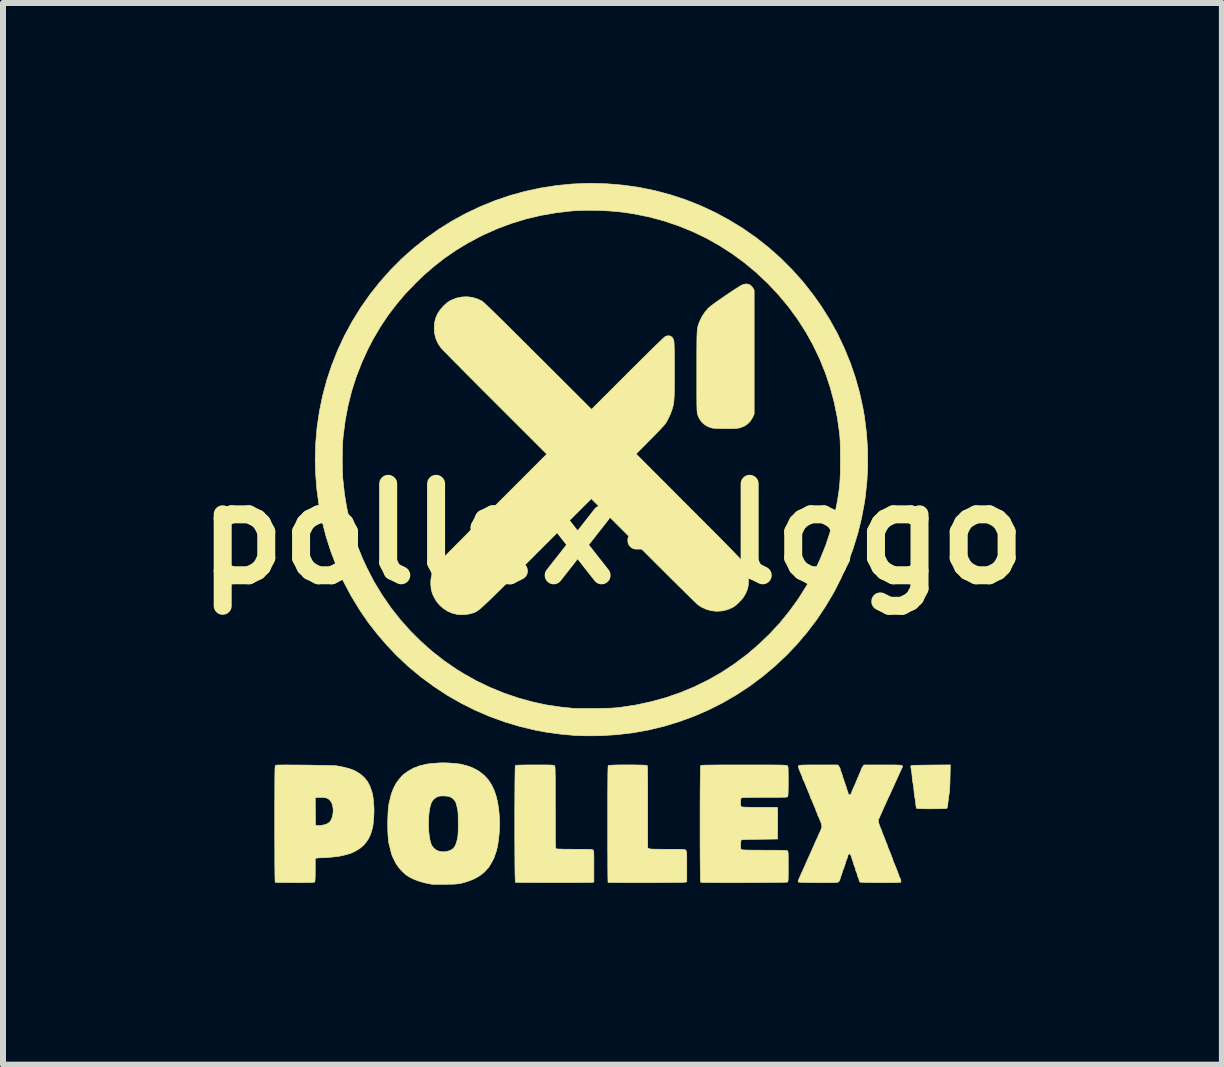
<source format=kicad_pcb>
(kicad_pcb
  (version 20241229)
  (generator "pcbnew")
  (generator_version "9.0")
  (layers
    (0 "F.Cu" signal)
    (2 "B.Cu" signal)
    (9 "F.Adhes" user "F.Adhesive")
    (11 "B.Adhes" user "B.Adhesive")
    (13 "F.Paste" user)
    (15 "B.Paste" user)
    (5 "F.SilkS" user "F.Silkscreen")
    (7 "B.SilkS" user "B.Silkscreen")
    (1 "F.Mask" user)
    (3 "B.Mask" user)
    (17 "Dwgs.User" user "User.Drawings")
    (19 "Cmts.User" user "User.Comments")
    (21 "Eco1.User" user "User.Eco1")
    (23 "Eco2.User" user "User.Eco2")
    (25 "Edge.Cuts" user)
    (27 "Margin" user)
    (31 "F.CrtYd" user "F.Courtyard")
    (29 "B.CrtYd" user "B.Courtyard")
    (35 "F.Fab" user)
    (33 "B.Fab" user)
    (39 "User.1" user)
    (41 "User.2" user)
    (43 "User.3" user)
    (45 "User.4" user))
  (footprint "pollex-logo"
    (layer "F.Cu")
    (at 7.156 5.847)
    (property "Reference" "pollex-logo" (at 0 0 0) (layer "F.SilkS") (effects (font (size 1.524 1.524) (thickness 0.3))))
    (attr through_hole)
    (fp_poly (pts (xy 5.625 4.066) (xy 5.624 4.125) (xy 5.622 4.18) (xy 5.619 4.23) (xy 5.617 4.271) (xy 5.614 4.302) (xy 5.612 4.318) (xy 5.608 4.339) (xy 5.603 4.372) (xy 5.598 4.413) (xy 5.593 4.456) (xy 5.592 4.46) (xy 5.586 4.511) (xy 5.581 4.547) (xy 5.575 4.568) (xy 5.571 4.573) (xy 5.561 4.575) (xy 5.536 4.576) (xy 5.5 4.577) (xy 5.455 4.579) (xy 5.401 4.579) (xy 5.342 4.58) (xy 5.317 4.58) (xy 5.244 4.58) (xy 5.186 4.579) (xy 5.141 4.578) (xy 5.107 4.577) (xy 5.085 4.575) (xy 5.071 4.573) (xy 5.066 4.57) (xy 5.062 4.558) (xy 5.058 4.534) (xy 5.054 4.504) (xy 5.053 4.497) (xy 5.05 4.462) (xy 5.046 4.43) (xy 5.041 4.407) (xy 5.041 4.405) (xy 5.037 4.386) (xy 5.033 4.356) (xy 5.028 4.318) (xy 5.025 4.282) (xy 5.021 4.242) (xy 5.016 4.205) (xy 5.012 4.176) (xy 5.009 4.159) (xy 5.005 4.14) (xy 5.001 4.11) (xy 4.996 4.072) (xy 4.993 4.037) (xy 4.989 3.996) (xy 4.984 3.957) (xy 4.979 3.925) (xy 4.975 3.907) (xy 4.971 3.883) (xy 4.973 3.868) (xy 4.976 3.863) (xy 4.984 3.86) (xy 5.001 3.858) (xy 5.029 3.856) (xy 5.069 3.855) (xy 5.122 3.854) (xy 5.188 3.853) (xy 5.269 3.852) (xy 5.308 3.851) (xy 5.63 3.849) (xy 5.625 4.066)) (stroke (width 0.01) (type solid)) (fill yes) (layer "F.SilkS"))
    (fp_poly (pts (xy 2.267 -4.161) (xy 2.303 -4.142) (xy 2.334 -4.108) (xy 2.342 -4.095) (xy 2.361 -4.06) (xy 2.361 -1.996) (xy 2.336 -1.943) (xy 2.299 -1.882) (xy 2.25 -1.832) (xy 2.192 -1.794) (xy 2.125 -1.769) (xy 2.1 -1.763) (xy 2.074 -1.76) (xy 2.036 -1.757) (xy 1.988 -1.756) (xy 1.935 -1.755) (xy 1.878 -1.755) (xy 1.821 -1.756) (xy 1.768 -1.757) (xy 1.721 -1.759) (xy 1.684 -1.762) (xy 1.659 -1.765) (xy 1.659 -1.765) (xy 1.593 -1.787) (xy 1.534 -1.822) (xy 1.484 -1.869) (xy 1.445 -1.925) (xy 1.421 -1.982) (xy 1.418 -1.992) (xy 1.416 -2.002) (xy 1.413 -2.013) (xy 1.412 -2.027) (xy 1.41 -2.045) (xy 1.409 -2.067) (xy 1.408 -2.095) (xy 1.407 -2.13) (xy 1.406 -2.173) (xy 1.406 -2.225) (xy 1.405 -2.287) (xy 1.405 -2.36) (xy 1.405 -2.445) (xy 1.405 -2.544) (xy 1.405 -2.657) (xy 1.405 -2.7) (xy 1.405 -2.824) (xy 1.405 -2.933) (xy 1.405 -3.028) (xy 1.406 -3.111) (xy 1.406 -3.182) (xy 1.407 -3.243) (xy 1.408 -3.295) (xy 1.41 -3.338) (xy 1.412 -3.375) (xy 1.415 -3.406) (xy 1.419 -3.432) (xy 1.423 -3.455) (xy 1.428 -3.475) (xy 1.434 -3.493) (xy 1.441 -3.512) (xy 1.449 -3.531) (xy 1.456 -3.548) (xy 1.493 -3.623) (xy 1.54 -3.694) (xy 1.591 -3.755) (xy 1.602 -3.766) (xy 1.621 -3.783) (xy 1.651 -3.806) (xy 1.69 -3.835) (xy 1.735 -3.868) (xy 1.787 -3.904) (xy 1.841 -3.942) (xy 1.897 -3.98) (xy 1.953 -4.017) (xy 2.006 -4.053) (xy 2.056 -4.085) (xy 2.1 -4.113) (xy 2.136 -4.135) (xy 2.163 -4.15) (xy 2.177 -4.156) (xy 2.225 -4.166) (xy 2.267 -4.161)) (stroke (width 0.01) (type solid)) (fill yes) (layer "F.SilkS"))
    (fp_poly (pts (xy 0.343 3.849) (xy 0.401 3.85) (xy 0.455 3.851) (xy 0.502 3.852) (xy 0.539 3.854) (xy 0.565 3.856) (xy 0.577 3.859) (xy 0.578 3.859) (xy 0.58 3.865) (xy 0.581 3.878) (xy 0.583 3.9) (xy 0.584 3.931) (xy 0.585 3.972) (xy 0.585 4.024) (xy 0.586 4.088) (xy 0.587 4.164) (xy 0.587 4.253) (xy 0.587 4.356) (xy 0.587 4.474) (xy 0.587 4.549) (xy 0.587 5.23) (xy 0.605 5.242) (xy 0.611 5.246) (xy 0.622 5.248) (xy 0.637 5.25) (xy 0.659 5.252) (xy 0.69 5.253) (xy 0.73 5.254) (xy 0.782 5.254) (xy 0.847 5.255) (xy 0.913 5.255) (xy 0.989 5.255) (xy 1.05 5.255) (xy 1.099 5.255) (xy 1.136 5.256) (xy 1.165 5.257) (xy 1.185 5.258) (xy 1.199 5.26) (xy 1.209 5.263) (xy 1.215 5.266) (xy 1.22 5.27) (xy 1.221 5.271) (xy 1.226 5.276) (xy 1.229 5.281) (xy 1.232 5.29) (xy 1.235 5.302) (xy 1.236 5.321) (xy 1.237 5.348) (xy 1.238 5.384) (xy 1.238 5.431) (xy 1.238 5.492) (xy 1.238 5.541) (xy 1.238 5.795) (xy 1.218 5.803) (xy 1.207 5.804) (xy 1.182 5.805) (xy 1.144 5.806) (xy 1.095 5.807) (xy 1.036 5.807) (xy 0.969 5.808) (xy 0.894 5.809) (xy 0.814 5.809) (xy 0.73 5.81) (xy 0.643 5.81) (xy 0.556 5.81) (xy 0.468 5.81) (xy 0.382 5.81) (xy 0.299 5.81) (xy 0.221 5.81) (xy 0.149 5.81) (xy 0.085 5.809) (xy 0.029 5.808) (xy -0.016 5.808) (xy -0.049 5.807) (xy -0.069 5.806) (xy -0.074 5.805) (xy -0.075 5.796) (xy -0.075 5.773) (xy -0.076 5.736) (xy -0.077 5.686) (xy -0.077 5.623) (xy -0.078 5.55) (xy -0.078 5.467) (xy -0.078 5.374) (xy -0.079 5.274) (xy -0.079 5.166) (xy -0.079 5.052) (xy -0.079 4.933) (xy -0.079 4.834) (xy -0.079 4.683) (xy -0.079 4.546) (xy -0.079 4.424) (xy -0.079 4.316) (xy -0.078 4.222) (xy -0.078 4.139) (xy -0.077 4.069) (xy -0.077 4.011) (xy -0.076 3.962) (xy -0.075 3.924) (xy -0.074 3.896) (xy -0.073 3.876) (xy -0.071 3.864) (xy -0.07 3.859) (xy -0.06 3.857) (xy -0.035 3.855) (xy 0.000268 3.853) (xy 0.046 3.851) (xy 0.098 3.85) (xy 0.157 3.849) (xy 0.218 3.849) (xy 0.281 3.849) (xy 0.343 3.849)) (stroke (width 0.01) (type solid)) (fill yes) (layer "F.SilkS"))
    (fp_poly (pts (xy -1.213 3.85) (xy -1.147 3.85) (xy -1.094 3.85) (xy -1.053 3.851) (xy -1.021 3.852) (xy -0.999 3.854) (xy -0.983 3.855) (xy -0.973 3.858) (xy -0.967 3.861) (xy -0.965 3.862) (xy -0.963 3.866) (xy -0.961 3.872) (xy -0.959 3.882) (xy -0.958 3.897) (xy -0.956 3.918) (xy -0.955 3.945) (xy -0.955 3.981) (xy -0.954 4.025) (xy -0.953 4.078) (xy -0.953 4.143) (xy -0.953 4.219) (xy -0.953 4.308) (xy -0.953 4.411) (xy -0.953 4.528) (xy -0.953 4.556) (xy -0.952 4.676) (xy -0.952 4.781) (xy -0.952 4.872) (xy -0.952 4.95) (xy -0.952 5.016) (xy -0.952 5.072) (xy -0.951 5.117) (xy -0.95 5.154) (xy -0.949 5.182) (xy -0.948 5.204) (xy -0.947 5.22) (xy -0.945 5.231) (xy -0.944 5.238) (xy -0.941 5.243) (xy -0.939 5.245) (xy -0.937 5.246) (xy -0.925 5.249) (xy -0.897 5.251) (xy -0.855 5.252) (xy -0.799 5.254) (xy -0.73 5.254) (xy -0.648 5.255) (xy -0.633 5.255) (xy -0.557 5.255) (xy -0.494 5.255) (xy -0.444 5.256) (xy -0.406 5.256) (xy -0.377 5.258) (xy -0.356 5.259) (xy -0.342 5.261) (xy -0.332 5.264) (xy -0.327 5.267) (xy -0.322 5.271) (xy -0.319 5.275) (xy -0.316 5.282) (xy -0.313 5.294) (xy -0.312 5.311) (xy -0.311 5.337) (xy -0.31 5.371) (xy -0.31 5.416) (xy -0.31 5.474) (xy -0.31 5.54) (xy -0.31 5.8) (xy -0.327 5.805) (xy -0.338 5.806) (xy -0.363 5.807) (xy -0.401 5.807) (xy -0.45 5.808) (xy -0.509 5.808) (xy -0.577 5.809) (xy -0.651 5.809) (xy -0.731 5.809) (xy -0.816 5.809) (xy -0.903 5.809) (xy -0.991 5.809) (xy -1.078 5.809) (xy -1.164 5.809) (xy -1.247 5.809) (xy -1.325 5.809) (xy -1.397 5.808) (xy -1.461 5.808) (xy -1.516 5.807) (xy -1.561 5.807) (xy -1.594 5.806) (xy -1.613 5.805) (xy -1.617 5.805) (xy -1.619 5.797) (xy -1.62 5.774) (xy -1.621 5.737) (xy -1.623 5.688) (xy -1.624 5.628) (xy -1.625 5.558) (xy -1.626 5.479) (xy -1.626 5.392) (xy -1.627 5.299) (xy -1.627 5.201) (xy -1.628 5.098) (xy -1.628 4.993) (xy -1.628 4.886) (xy -1.628 4.778) (xy -1.628 4.671) (xy -1.628 4.566) (xy -1.627 4.463) (xy -1.627 4.365) (xy -1.626 4.272) (xy -1.626 4.185) (xy -1.625 4.106) (xy -1.624 4.036) (xy -1.623 3.976) (xy -1.622 3.927) (xy -1.621 3.891) (xy -1.619 3.868) (xy -1.618 3.859) (xy -1.611 3.857) (xy -1.595 3.855) (xy -1.569 3.853) (xy -1.532 3.852) (xy -1.482 3.851) (xy -1.42 3.85) (xy -1.343 3.85) (xy -1.293 3.85) (xy -1.213 3.85)) (stroke (width 0.01) (type solid)) (fill yes) (layer "F.SilkS"))
    (fp_poly (pts (xy -5.334 3.851) (xy -5.249 3.851) (xy -5.149 3.852) (xy -5.118 3.852) (xy -5.03 3.853) (xy -4.946 3.855) (xy -4.868 3.856) (xy -4.796 3.857) (xy -4.732 3.859) (xy -4.679 3.86) (xy -4.636 3.862) (xy -4.607 3.863) (xy -4.592 3.865) (xy -4.592 3.865) (xy -4.519 3.879) (xy -4.459 3.892) (xy -4.409 3.905) (xy -4.366 3.918) (xy -4.327 3.932) (xy -4.29 3.949) (xy -4.271 3.959) (xy -4.195 4.007) (xy -4.131 4.065) (xy -4.079 4.132) (xy -4.04 4.209) (xy -4.038 4.215) (xy -4.021 4.261) (xy -4.008 4.3) (xy -3.999 4.337) (xy -3.992 4.375) (xy -3.986 4.42) (xy -3.981 4.476) (xy -3.981 4.482) (xy -3.976 4.539) (xy -3.974 4.587) (xy -3.974 4.631) (xy -3.976 4.677) (xy -3.979 4.731) (xy -3.981 4.753) (xy -3.985 4.799) (xy -3.989 4.84) (xy -3.994 4.873) (xy -3.998 4.896) (xy -4 4.904) (xy -4.006 4.921) (xy -4.014 4.945) (xy -4.016 4.958) (xy -4.035 5.016) (xy -4.065 5.077) (xy -4.103 5.135) (xy -4.146 5.186) (xy -4.147 5.187) (xy -4.194 5.228) (xy -4.25 5.266) (xy -4.31 5.299) (xy -4.369 5.325) (xy -4.417 5.338) (xy -4.44 5.344) (xy -4.468 5.352) (xy -4.477 5.354) (xy -4.51 5.362) (xy -4.555 5.371) (xy -4.61 5.378) (xy -4.67 5.385) (xy -4.732 5.39) (xy -4.792 5.394) (xy -4.81 5.395) (xy -4.851 5.396) (xy -4.888 5.398) (xy -4.917 5.4) (xy -4.934 5.402) (xy -4.935 5.402) (xy -4.953 5.406) (xy -4.953 5.598) (xy -4.953 5.665) (xy -4.954 5.717) (xy -4.956 5.756) (xy -4.958 5.782) (xy -4.96 5.797) (xy -4.963 5.801) (xy -4.969 5.803) (xy -4.985 5.805) (xy -5.011 5.807) (xy -5.047 5.808) (xy -5.096 5.809) (xy -5.158 5.81) (xy -5.233 5.81) (xy -5.29 5.81) (xy -5.36 5.809) (xy -5.425 5.809) (xy -5.483 5.808) (xy -5.533 5.808) (xy -5.573 5.807) (xy -5.601 5.806) (xy -5.616 5.805) (xy -5.618 5.805) (xy -5.619 5.801) (xy -5.621 5.792) (xy -5.622 5.775) (xy -5.623 5.75) (xy -5.624 5.717) (xy -5.625 5.675) (xy -5.625 5.623) (xy -5.626 5.561) (xy -5.627 5.487) (xy -5.627 5.402) (xy -5.627 5.304) (xy -5.627 5.192) (xy -5.628 5.067) (xy -5.628 4.927) (xy -5.628 4.834) (xy -5.628 4.689) (xy -5.628 4.559) (xy -5.628 4.442) (xy -5.627 4.398) (xy -4.953 4.398) (xy -4.951 4.625) (xy -4.949 4.853) (xy -4.929 4.858) (xy -4.898 4.861) (xy -4.859 4.858) (xy -4.816 4.85) (xy -4.775 4.839) (xy -4.775 4.839) (xy -4.736 4.82) (xy -4.706 4.794) (xy -4.684 4.759) (xy -4.667 4.71) (xy -4.664 4.696) (xy -4.654 4.634) (xy -4.655 4.574) (xy -4.665 4.52) (xy -4.683 4.472) (xy -4.71 4.435) (xy -4.73 4.418) (xy -4.749 4.407) (xy -4.767 4.4) (xy -4.789 4.395) (xy -4.821 4.392) (xy -4.838 4.391) (xy -4.873 4.39) (xy -4.904 4.39) (xy -4.927 4.392) (xy -4.933 4.393) (xy -4.953 4.398) (xy -5.627 4.398) (xy -5.627 4.34) (xy -5.627 4.25) (xy -5.627 4.171) (xy -5.626 4.104) (xy -5.626 4.047) (xy -5.625 3.999) (xy -5.625 3.96) (xy -5.624 3.929) (xy -5.623 3.904) (xy -5.621 3.886) (xy -5.62 3.873) (xy -5.619 3.864) (xy -5.617 3.859) (xy -5.616 3.858) (xy -5.61 3.855) (xy -5.598 3.854) (xy -5.579 3.852) (xy -5.551 3.851) (xy -5.513 3.851) (xy -5.466 3.85) (xy -5.406 3.85) (xy -5.334 3.851)) (stroke (width 0.01) (type solid)) (fill yes) (layer "F.SilkS"))
    (fp_poly (pts (xy 2.314 3.85) (xy 2.421 3.85) (xy 2.515 3.85) (xy 2.596 3.85) (xy 2.665 3.85) (xy 2.723 3.851) (xy 2.771 3.851) (xy 2.81 3.852) (xy 2.841 3.853) (xy 2.865 3.854) (xy 2.883 3.855) (xy 2.896 3.857) (xy 2.905 3.858) (xy 2.911 3.86) (xy 2.914 3.863) (xy 2.916 3.864) (xy 2.92 3.87) (xy 2.923 3.879) (xy 2.925 3.892) (xy 2.927 3.913) (xy 2.928 3.942) (xy 2.928 3.981) (xy 2.929 4.031) (xy 2.929 4.096) (xy 2.929 4.119) (xy 2.929 4.193) (xy 2.928 4.255) (xy 2.927 4.306) (xy 2.925 4.343) (xy 2.923 4.367) (xy 2.921 4.374) (xy 2.918 4.378) (xy 2.914 4.381) (xy 2.907 4.383) (xy 2.896 4.385) (xy 2.879 4.387) (xy 2.855 4.388) (xy 2.822 4.388) (xy 2.78 4.389) (xy 2.726 4.389) (xy 2.66 4.389) (xy 2.58 4.389) (xy 2.544 4.389) (xy 2.458 4.39) (xy 2.381 4.39) (xy 2.313 4.391) (xy 2.255 4.392) (xy 2.21 4.393) (xy 2.177 4.395) (xy 2.159 4.396) (xy 2.156 4.397) (xy 2.146 4.402) (xy 2.14 4.409) (xy 2.137 4.421) (xy 2.135 4.443) (xy 2.135 4.472) (xy 2.136 4.506) (xy 2.137 4.527) (xy 2.141 4.539) (xy 2.148 4.546) (xy 2.151 4.548) (xy 2.163 4.55) (xy 2.191 4.552) (xy 2.233 4.554) (xy 2.289 4.555) (xy 2.358 4.556) (xy 2.44 4.556) (xy 2.456 4.556) (xy 2.746 4.556) (xy 2.75 4.574) (xy 2.751 4.586) (xy 2.752 4.612) (xy 2.753 4.65) (xy 2.753 4.697) (xy 2.753 4.752) (xy 2.753 4.812) (xy 2.753 4.838) (xy 2.75 5.084) (xy 2.45 5.088) (xy 2.372 5.089) (xy 2.308 5.09) (xy 2.257 5.091) (xy 2.218 5.093) (xy 2.188 5.094) (xy 2.168 5.096) (xy 2.154 5.098) (xy 2.146 5.101) (xy 2.143 5.104) (xy 2.14 5.117) (xy 2.137 5.141) (xy 2.135 5.173) (xy 2.135 5.185) (xy 2.136 5.219) (xy 2.137 5.241) (xy 2.141 5.253) (xy 2.147 5.26) (xy 2.151 5.262) (xy 2.163 5.264) (xy 2.19 5.266) (xy 2.233 5.268) (xy 2.291 5.269) (xy 2.362 5.27) (xy 2.448 5.27) (xy 2.532 5.271) (xy 2.629 5.271) (xy 2.713 5.271) (xy 2.783 5.272) (xy 2.838 5.273) (xy 2.879 5.275) (xy 2.904 5.277) (xy 2.914 5.279) (xy 2.918 5.282) (xy 2.921 5.286) (xy 2.924 5.295) (xy 2.926 5.309) (xy 2.927 5.329) (xy 2.928 5.358) (xy 2.929 5.398) (xy 2.929 5.449) (xy 2.929 5.514) (xy 2.929 5.54) (xy 2.929 5.611) (xy 2.929 5.667) (xy 2.928 5.71) (xy 2.928 5.743) (xy 2.926 5.766) (xy 2.925 5.782) (xy 2.922 5.792) (xy 2.919 5.798) (xy 2.915 5.801) (xy 2.914 5.802) (xy 2.904 5.803) (xy 2.88 5.804) (xy 2.842 5.805) (xy 2.793 5.806) (xy 2.734 5.807) (xy 2.665 5.807) (xy 2.589 5.808) (xy 2.507 5.809) (xy 2.42 5.809) (xy 2.33 5.809) (xy 2.237 5.81) (xy 2.144 5.81) (xy 2.052 5.81) (xy 1.961 5.81) (xy 1.874 5.81) (xy 1.792 5.81) (xy 1.717 5.809) (xy 1.648 5.809) (xy 1.589 5.808) (xy 1.54 5.808) (xy 1.503 5.807) (xy 1.48 5.806) (xy 1.47 5.805) (xy 1.469 5.797) (xy 1.467 5.774) (xy 1.466 5.737) (xy 1.465 5.688) (xy 1.464 5.628) (xy 1.463 5.558) (xy 1.462 5.479) (xy 1.461 5.392) (xy 1.461 5.299) (xy 1.46 5.201) (xy 1.46 5.098) (xy 1.46 4.993) (xy 1.46 4.886) (xy 1.46 4.778) (xy 1.46 4.671) (xy 1.46 4.566) (xy 1.46 4.463) (xy 1.461 4.365) (xy 1.461 4.272) (xy 1.462 4.185) (xy 1.463 4.106) (xy 1.464 4.036) (xy 1.465 3.976) (xy 1.466 3.927) (xy 1.467 3.891) (xy 1.469 3.868) (xy 1.47 3.859) (xy 1.475 3.857) (xy 1.489 3.856) (xy 1.51 3.855) (xy 1.541 3.853) (xy 1.582 3.852) (xy 1.634 3.852) (xy 1.697 3.851) (xy 1.772 3.85) (xy 1.861 3.85) (xy 1.963 3.85) (xy 2.079 3.85) (xy 2.191 3.85) (xy 2.314 3.85)) (stroke (width 0.01) (type solid)) (fill yes) (layer "F.SilkS"))
    (fp_poly (pts (xy -2.757 3.816) (xy -2.703 3.819) (xy -2.67 3.822) (xy -2.623 3.826) (xy -2.579 3.83) (xy -2.543 3.835) (xy -2.517 3.839) (xy -2.505 3.842) (xy -2.483 3.849) (xy -2.455 3.856) (xy -2.446 3.858) (xy -2.393 3.873) (xy -2.335 3.896) (xy -2.276 3.925) (xy -2.221 3.958) (xy -2.215 3.962) (xy -2.138 4.023) (xy -2.073 4.093) (xy -2.018 4.175) (xy -1.973 4.268) (xy -1.937 4.374) (xy -1.936 4.378) (xy -1.914 4.474) (xy -1.897 4.58) (xy -1.886 4.693) (xy -1.881 4.808) (xy -1.881 4.83) (xy -1.883 4.91) (xy -1.888 4.993) (xy -1.897 5.074) (xy -1.907 5.152) (xy -1.92 5.223) (xy -1.935 5.284) (xy -1.952 5.334) (xy -1.957 5.347) (xy -1.965 5.366) (xy -1.968 5.38) (xy -1.968 5.38) (xy -1.972 5.393) (xy -1.983 5.416) (xy -1.998 5.445) (xy -2.016 5.478) (xy -2.035 5.51) (xy -2.052 5.539) (xy -2.067 5.561) (xy -2.07 5.564) (xy -2.137 5.637) (xy -2.216 5.698) (xy -2.307 5.749) (xy -2.409 5.789) (xy -2.421 5.793) (xy -2.463 5.806) (xy -2.5 5.816) (xy -2.532 5.824) (xy -2.565 5.829) (xy -2.6 5.833) (xy -2.641 5.836) (xy -2.689 5.837) (xy -2.75 5.838) (xy -2.79 5.839) (xy -2.847 5.839) (xy -2.899 5.839) (xy -2.945 5.839) (xy -2.981 5.839) (xy -3.006 5.838) (xy -3.016 5.837) (xy -3.116 5.817) (xy -3.209 5.792) (xy -3.294 5.761) (xy -3.369 5.726) (xy -3.43 5.688) (xy -3.445 5.677) (xy -3.508 5.619) (xy -3.564 5.555) (xy -3.61 5.488) (xy -3.643 5.421) (xy -3.652 5.402) (xy -3.659 5.39) (xy -3.668 5.37) (xy -3.678 5.34) (xy -3.689 5.303) (xy -3.699 5.264) (xy -3.702 5.251) (xy -3.709 5.219) (xy -3.717 5.19) (xy -3.721 5.175) (xy -3.729 5.141) (xy -3.735 5.094) (xy -3.739 5.036) (xy -3.743 4.97) (xy -3.745 4.898) (xy -3.745 4.824) (xy -3.745 4.804) (xy -3.066 4.804) (xy -3.065 4.883) (xy -3.061 4.96) (xy -3.053 5.032) (xy -3.042 5.097) (xy -3.028 5.152) (xy -3.012 5.191) (xy -2.979 5.235) (xy -2.937 5.268) (xy -2.887 5.289) (xy -2.831 5.298) (xy -2.771 5.294) (xy -2.716 5.279) (xy -2.678 5.261) (xy -2.648 5.236) (xy -2.623 5.202) (xy -2.604 5.156) (xy -2.588 5.1) (xy -2.582 5.076) (xy -2.578 5.052) (xy -2.575 5.028) (xy -2.573 4.999) (xy -2.571 4.963) (xy -2.57 4.917) (xy -2.57 4.86) (xy -2.57 4.83) (xy -2.57 4.766) (xy -2.571 4.716) (xy -2.572 4.676) (xy -2.573 4.644) (xy -2.576 4.618) (xy -2.58 4.594) (xy -2.585 4.57) (xy -2.587 4.56) (xy -2.597 4.519) (xy -2.605 4.49) (xy -2.613 4.469) (xy -2.623 4.452) (xy -2.635 4.436) (xy -2.643 4.426) (xy -2.673 4.399) (xy -2.707 4.38) (xy -2.75 4.37) (xy -2.803 4.366) (xy -2.815 4.366) (xy -2.855 4.366) (xy -2.884 4.369) (xy -2.906 4.375) (xy -2.923 4.382) (xy -2.969 4.412) (xy -3.002 4.449) (xy -3.018 4.477) (xy -3.034 4.524) (xy -3.047 4.583) (xy -3.057 4.652) (xy -3.063 4.726) (xy -3.066 4.804) (xy -3.745 4.804) (xy -3.744 4.75) (xy -3.741 4.678) (xy -3.738 4.612) (xy -3.732 4.553) (xy -3.726 4.504) (xy -3.719 4.473) (xy -3.71 4.439) (xy -3.702 4.404) (xy -3.7 4.393) (xy -3.689 4.351) (xy -3.674 4.303) (xy -3.655 4.256) (xy -3.637 4.216) (xy -3.627 4.199) (xy -3.618 4.182) (xy -3.611 4.168) (xy -3.602 4.151) (xy -3.584 4.127) (xy -3.562 4.098) (xy -3.538 4.069) (xy -3.515 4.042) (xy -3.495 4.021) (xy -3.494 4.02) (xy -3.472 4.001) (xy -3.442 3.979) (xy -3.407 3.956) (xy -3.371 3.934) (xy -3.336 3.914) (xy -3.307 3.899) (xy -3.285 3.891) (xy -3.278 3.889) (xy -3.262 3.885) (xy -3.25 3.878) (xy -3.233 3.87) (xy -3.208 3.863) (xy -3.191 3.859) (xy -3.161 3.853) (xy -3.134 3.845) (xy -3.123 3.842) (xy -3.108 3.838) (xy -3.08 3.834) (xy -3.042 3.829) (xy -2.997 3.825) (xy -2.957 3.822) (xy -2.897 3.817) (xy -2.848 3.815) (xy -2.803 3.815) (xy -2.757 3.816)) (stroke (width 0.01) (type solid)) (fill yes) (layer "F.SilkS"))
    (fp_poly (pts (xy -2.334 -3.941) (xy -2.248 -3.915) (xy -2.176 -3.88) (xy -2.167 -3.873) (xy -2.152 -3.861) (xy -2.13 -3.842) (xy -2.102 -3.816) (xy -2.068 -3.783) (xy -2.026 -3.743) (xy -1.976 -3.694) (xy -1.918 -3.638) (xy -1.852 -3.573) (xy -1.777 -3.499) (xy -1.693 -3.415) (xy -1.599 -3.322) (xy -1.495 -3.219) (xy -1.381 -3.105) (xy -1.256 -2.98) (xy -1.24 -2.965) (xy -0.349 -2.076) (xy 0.252 -2.676) (xy 0.334 -2.758) (xy 0.413 -2.836) (xy 0.488 -2.911) (xy 0.559 -2.981) (xy 0.625 -3.046) (xy 0.685 -3.105) (xy 0.738 -3.157) (xy 0.784 -3.201) (xy 0.822 -3.237) (xy 0.851 -3.265) (xy 0.87 -3.282) (xy 0.879 -3.289) (xy 0.904 -3.298) (xy 0.933 -3.302) (xy 0.937 -3.302) (xy 0.97 -3.295) (xy 0.997 -3.274) (xy 1.016 -3.239) (xy 1.023 -3.214) (xy 1.025 -3.196) (xy 1.027 -3.162) (xy 1.029 -3.113) (xy 1.03 -3.05) (xy 1.031 -2.971) (xy 1.032 -2.879) (xy 1.032 -2.773) (xy 1.032 -2.715) (xy 1.032 -2.61) (xy 1.032 -2.52) (xy 1.031 -2.442) (xy 1.03 -2.376) (xy 1.029 -2.32) (xy 1.027 -2.273) (xy 1.024 -2.233) (xy 1.021 -2.198) (xy 1.017 -2.169) (xy 1.012 -2.142) (xy 1.005 -2.116) (xy 0.998 -2.091) (xy 0.99 -2.065) (xy 0.987 -2.058) (xy 0.968 -2.006) (xy 0.943 -1.95) (xy 0.915 -1.894) (xy 0.887 -1.846) (xy 0.879 -1.834) (xy 0.868 -1.82) (xy 0.847 -1.797) (xy 0.818 -1.766) (xy 0.782 -1.727) (xy 0.739 -1.683) (xy 0.692 -1.635) (xy 0.642 -1.584) (xy 0.624 -1.566) (xy 0.393 -1.333) (xy 1.282 -0.442) (xy 1.408 -0.316) (xy 1.523 -0.201) (xy 1.627 -0.096) (xy 1.722 -0.001) (xy 1.806 0.084) (xy 1.881 0.16) (xy 1.947 0.227) (xy 2.005 0.286) (xy 2.054 0.337) (xy 2.095 0.38) (xy 2.129 0.415) (xy 2.156 0.444) (xy 2.176 0.466) (xy 2.189 0.482) (xy 2.197 0.492) (xy 2.197 0.493) (xy 2.214 0.525) (xy 2.231 0.563) (xy 2.245 0.597) (xy 2.254 0.622) (xy 2.26 0.645) (xy 2.263 0.67) (xy 2.265 0.7) (xy 2.266 0.739) (xy 2.266 0.762) (xy 2.265 0.816) (xy 2.262 0.859) (xy 2.255 0.897) (xy 2.244 0.933) (xy 2.227 0.974) (xy 2.208 1.012) (xy 2.183 1.053) (xy 2.148 1.098) (xy 2.106 1.142) (xy 2.061 1.183) (xy 2.018 1.215) (xy 1.996 1.228) (xy 1.913 1.263) (xy 1.826 1.283) (xy 1.738 1.289) (xy 1.651 1.28) (xy 1.566 1.257) (xy 1.485 1.22) (xy 1.425 1.18) (xy 1.414 1.171) (xy 1.392 1.15) (xy 1.361 1.12) (xy 1.32 1.08) (xy 1.271 1.032) (xy 1.214 0.976) (xy 1.149 0.912) (xy 1.078 0.842) (xy 1 0.765) (xy 0.918 0.683) (xy 0.831 0.596) (xy 0.739 0.505) (xy 0.644 0.41) (xy 0.547 0.313) (xy 0.512 0.278) (xy -0.353 -0.587) (xy -1.274 0.332) (xy -1.395 0.454) (xy -1.506 0.564) (xy -1.606 0.664) (xy -1.697 0.755) (xy -1.779 0.837) (xy -1.852 0.909) (xy -1.918 0.974) (xy -1.976 1.031) (xy -2.027 1.081) (xy -2.072 1.125) (xy -2.112 1.162) (xy -2.146 1.194) (xy -2.176 1.22) (xy -2.201 1.243) (xy -2.223 1.261) (xy -2.243 1.275) (xy -2.26 1.287) (xy -2.275 1.296) (xy -2.289 1.303) (xy -2.302 1.309) (xy -2.315 1.314) (xy -2.329 1.318) (xy -2.343 1.322) (xy -2.353 1.325) (xy -2.405 1.337) (xy -2.464 1.344) (xy -2.525 1.346) (xy -2.579 1.343) (xy -2.588 1.341) (xy -2.672 1.32) (xy -2.751 1.285) (xy -2.824 1.237) (xy -2.888 1.178) (xy -2.942 1.109) (xy -2.985 1.031) (xy -3.004 0.983) (xy -3.021 0.914) (xy -3.028 0.839) (xy -3.026 0.762) (xy -3.014 0.691) (xy -3.009 0.675) (xy -3.005 0.659) (xy -3 0.644) (xy -2.996 0.63) (xy -2.991 0.617) (xy -2.985 0.604) (xy -2.977 0.589) (xy -2.967 0.573) (xy -2.955 0.556) (xy -2.939 0.535) (xy -2.92 0.512) (xy -2.896 0.485) (xy -2.868 0.454) (xy -2.835 0.418) (xy -2.796 0.377) (xy -2.751 0.331) (xy -2.699 0.277) (xy -2.639 0.217) (xy -2.572 0.15) (xy -2.497 0.074) (xy -2.413 -0.011) (xy -2.32 -0.104) (xy -2.216 -0.207) (xy -2.103 -0.321) (xy -2.015 -0.409) (xy -1.095 -1.33) (xy -1.961 -2.195) (xy -2.059 -2.293) (xy -2.155 -2.389) (xy -2.248 -2.482) (xy -2.336 -2.571) (xy -2.42 -2.655) (xy -2.498 -2.734) (xy -2.571 -2.808) (xy -2.637 -2.875) (xy -2.696 -2.934) (xy -2.747 -2.987) (xy -2.79 -3.03) (xy -2.824 -3.065) (xy -2.847 -3.09) (xy -2.861 -3.105) (xy -2.863 -3.108) (xy -2.912 -3.184) (xy -2.946 -3.264) (xy -2.965 -3.349) (xy -2.971 -3.429) (xy -2.964 -3.518) (xy -2.945 -3.599) (xy -2.912 -3.673) (xy -2.864 -3.743) (xy -2.818 -3.795) (xy -2.781 -3.83) (xy -2.75 -3.857) (xy -2.718 -3.878) (xy -2.685 -3.896) (xy -2.599 -3.93) (xy -2.511 -3.948) (xy -2.422 -3.952) (xy -2.334 -3.941)) (stroke (width 0.01) (type solid)) (fill yes) (layer "F.SilkS"))
    (fp_poly (pts (xy -0.084 -5.834) (xy 0.185 -5.811) (xy 0.451 -5.773) (xy 0.713 -5.719) (xy 0.971 -5.65) (xy 1.225 -5.566) (xy 1.475 -5.466) (xy 1.707 -5.358) (xy 1.946 -5.229) (xy 2.176 -5.088) (xy 2.397 -4.934) (xy 2.607 -4.768) (xy 2.808 -4.589) (xy 2.997 -4.399) (xy 3.177 -4.198) (xy 3.344 -3.985) (xy 3.482 -3.79) (xy 3.621 -3.568) (xy 3.748 -3.338) (xy 3.861 -3.1) (xy 3.961 -2.856) (xy 4.046 -2.608) (xy 4.117 -2.356) (xy 4.173 -2.101) (xy 4.198 -1.957) (xy 4.232 -1.684) (xy 4.251 -1.413) (xy 4.253 -1.143) (xy 4.24 -0.874) (xy 4.211 -0.605) (xy 4.199 -0.524) (xy 4.15 -0.261) (xy 4.086 -0.002) (xy 4.007 0.252) (xy 3.914 0.501) (xy 3.806 0.744) (xy 3.685 0.98) (xy 3.549 1.209) (xy 3.401 1.431) (xy 3.239 1.644) (xy 3.065 1.848) (xy 2.905 2.016) (xy 2.709 2.201) (xy 2.503 2.374) (xy 2.289 2.534) (xy 2.067 2.68) (xy 1.838 2.813) (xy 1.602 2.932) (xy 1.36 3.037) (xy 1.112 3.128) (xy 0.859 3.205) (xy 0.601 3.267) (xy 0.34 3.314) (xy 0.075 3.345) (xy -0.193 3.362) (xy -0.369 3.364) (xy -0.428 3.364) (xy -0.487 3.363) (xy -0.544 3.361) (xy -0.593 3.359) (xy -0.631 3.358) (xy -0.639 3.357) (xy -0.876 3.335) (xy -1.106 3.303) (xy -1.284 3.27) (xy -1.541 3.209) (xy -1.794 3.133) (xy -2.043 3.043) (xy -2.287 2.938) (xy -2.524 2.819) (xy -2.755 2.687) (xy -2.977 2.541) (xy -3.191 2.384) (xy -3.395 2.214) (xy -3.423 2.189) (xy -3.596 2.026) (xy -3.762 1.851) (xy -3.919 1.668) (xy -4.066 1.48) (xy -4.199 1.288) (xy -4.211 1.269) (xy -4.353 1.036) (xy -4.48 0.797) (xy -4.592 0.553) (xy -4.689 0.303) (xy -4.771 0.048) (xy -4.838 -0.211) (xy -4.89 -0.474) (xy -4.926 -0.741) (xy -4.947 -1.011) (xy -4.952 -1.216) (xy -4.503 -1.216) (xy -4.502 -1.135) (xy -4.501 -1.059) (xy -4.498 -0.991) (xy -4.495 -0.933) (xy -4.493 -0.913) (xy -4.467 -0.675) (xy -4.43 -0.447) (xy -4.382 -0.226) (xy -4.322 -0.012) (xy -4.25 0.199) (xy -4.165 0.409) (xy -4.088 0.575) (xy -3.971 0.8) (xy -3.84 1.016) (xy -3.696 1.225) (xy -3.54 1.424) (xy -3.372 1.613) (xy -3.192 1.792) (xy -3.003 1.96) (xy -2.803 2.116) (xy -2.594 2.259) (xy -2.481 2.329) (xy -2.267 2.449) (xy -2.044 2.556) (xy -1.816 2.65) (xy -1.583 2.73) (xy -1.348 2.796) (xy -1.11 2.848) (xy -0.872 2.884) (xy -0.794 2.893) (xy -0.748 2.897) (xy -0.706 2.901) (xy -0.671 2.905) (xy -0.646 2.907) (xy -0.639 2.908) (xy -0.624 2.909) (xy -0.595 2.909) (xy -0.554 2.91) (xy -0.503 2.91) (xy -0.445 2.91) (xy -0.38 2.909) (xy -0.311 2.909) (xy -0.306 2.909) (xy -0.22 2.908) (xy -0.147 2.907) (xy -0.086 2.905) (xy -0.034 2.904) (xy 0.012 2.901) (xy 0.054 2.898) (xy 0.094 2.894) (xy 0.131 2.89) (xy 0.39 2.851) (xy 0.643 2.796) (xy 0.891 2.728) (xy 1.131 2.645) (xy 1.366 2.547) (xy 1.593 2.436) (xy 1.814 2.31) (xy 2.027 2.17) (xy 2.233 2.016) (xy 2.239 2.012) (xy 2.434 1.845) (xy 2.618 1.669) (xy 2.791 1.482) (xy 2.95 1.286) (xy 3.098 1.081) (xy 3.232 0.868) (xy 3.354 0.648) (xy 3.461 0.42) (xy 3.555 0.187) (xy 3.634 -0.053) (xy 3.699 -0.298) (xy 3.748 -0.547) (xy 3.75 -0.556) (xy 3.761 -0.628) (xy 3.771 -0.693) (xy 3.779 -0.753) (xy 3.785 -0.81) (xy 3.79 -0.867) (xy 3.793 -0.927) (xy 3.796 -0.992) (xy 3.797 -1.066) (xy 3.798 -1.15) (xy 3.798 -1.234) (xy 3.798 -1.323) (xy 3.797 -1.398) (xy 3.796 -1.461) (xy 3.795 -1.515) (xy 3.793 -1.562) (xy 3.791 -1.604) (xy 3.787 -1.643) (xy 3.784 -1.679) (xy 3.747 -1.939) (xy 3.695 -2.193) (xy 3.629 -2.44) (xy 3.548 -2.682) (xy 3.453 -2.917) (xy 3.344 -3.145) (xy 3.221 -3.366) (xy 3.084 -3.58) (xy 2.933 -3.786) (xy 2.768 -3.983) (xy 2.59 -4.173) (xy 2.584 -4.179) (xy 2.396 -4.356) (xy 2.199 -4.52) (xy 1.994 -4.67) (xy 1.781 -4.807) (xy 1.56 -4.931) (xy 1.332 -5.04) (xy 1.098 -5.135) (xy 0.858 -5.216) (xy 0.612 -5.282) (xy 0.361 -5.333) (xy 0.175 -5.361) (xy 0.065 -5.373) (xy -0.055 -5.382) (xy -0.18 -5.389) (xy -0.306 -5.392) (xy -0.429 -5.393) (xy -0.546 -5.39) (xy -0.653 -5.384) (xy -0.679 -5.382) (xy -0.938 -5.352) (xy -1.191 -5.308) (xy -1.437 -5.25) (xy -1.677 -5.177) (xy -1.911 -5.09) (xy -2.141 -4.988) (xy -2.197 -4.961) (xy -2.407 -4.849) (xy -2.605 -4.729) (xy -2.794 -4.6) (xy -2.975 -4.459) (xy -3.152 -4.305) (xy -3.286 -4.175) (xy -3.452 -4.002) (xy -3.602 -3.824) (xy -3.741 -3.642) (xy -3.868 -3.451) (xy -3.986 -3.251) (xy -4.072 -3.086) (xy -4.177 -2.857) (xy -4.268 -2.624) (xy -4.345 -2.385) (xy -4.406 -2.141) (xy -4.454 -1.89) (xy -4.487 -1.632) (xy -4.493 -1.568) (xy -4.497 -1.515) (xy -4.499 -1.45) (xy -4.501 -1.377) (xy -4.502 -1.297) (xy -4.503 -1.216) (xy -4.952 -1.216) (xy -4.953 -1.242) (xy -4.945 -1.512) (xy -4.922 -1.779) (xy -4.883 -2.044) (xy -4.829 -2.306) (xy -4.76 -2.563) (xy -4.676 -2.816) (xy -4.577 -3.064) (xy -4.464 -3.306) (xy -4.337 -3.541) (xy -4.195 -3.77) (xy -4.195 -3.77) (xy -4.04 -3.991) (xy -3.873 -4.201) (xy -3.696 -4.4) (xy -3.509 -4.588) (xy -3.312 -4.763) (xy -3.106 -4.927) (xy -2.892 -5.078) (xy -2.67 -5.216) (xy -2.441 -5.341) (xy -2.204 -5.453) (xy -1.962 -5.552) (xy -1.714 -5.637) (xy -1.46 -5.707) (xy -1.202 -5.763) (xy -0.94 -5.804) (xy -0.675 -5.831) (xy -0.406 -5.842) (xy -0.357 -5.842) (xy -0.084 -5.834)) (stroke (width 0.01) (type solid)) (fill yes) (layer "F.SilkS"))
    (fp_poly (pts (xy 3.774 3.874) (xy 3.787 3.894) (xy 3.794 3.911) (xy 3.794 3.914) (xy 3.797 3.931) (xy 3.805 3.954) (xy 3.807 3.959) (xy 3.817 3.986) (xy 3.828 4.017) (xy 3.83 4.024) (xy 3.838 4.053) (xy 3.848 4.082) (xy 3.85 4.088) (xy 3.866 4.135) (xy 3.879 4.173) (xy 3.89 4.206) (xy 3.901 4.24) (xy 3.909 4.266) (xy 3.92 4.298) (xy 3.928 4.324) (xy 3.935 4.34) (xy 3.936 4.344) (xy 3.949 4.348) (xy 3.964 4.342) (xy 3.977 4.329) (xy 3.982 4.319) (xy 3.985 4.306) (xy 3.991 4.29) (xy 4 4.267) (xy 4.014 4.235) (xy 4.032 4.195) (xy 4.043 4.171) (xy 4.057 4.139) (xy 4.068 4.112) (xy 4.08 4.082) (xy 4.092 4.054) (xy 4.1 4.036) (xy 4.115 4.001) (xy 4.129 3.968) (xy 4.141 3.939) (xy 4.149 3.918) (xy 4.151 3.909) (xy 4.156 3.899) (xy 4.167 3.883) (xy 4.172 3.876) (xy 4.192 3.85) (xy 4.504 3.85) (xy 4.584 3.85) (xy 4.649 3.85) (xy 4.701 3.85) (xy 4.742 3.851) (xy 4.772 3.852) (xy 4.795 3.854) (xy 4.81 3.855) (xy 4.82 3.858) (xy 4.825 3.861) (xy 4.827 3.862) (xy 4.832 3.874) (xy 4.83 3.888) (xy 4.824 3.9) (xy 4.814 3.921) (xy 4.801 3.95) (xy 4.792 3.969) (xy 4.778 3.998) (xy 4.762 4.035) (xy 4.745 4.07) (xy 4.744 4.072) (xy 4.729 4.106) (xy 4.714 4.139) (xy 4.702 4.165) (xy 4.701 4.167) (xy 4.689 4.195) (xy 4.674 4.228) (xy 4.663 4.251) (xy 4.649 4.283) (xy 4.635 4.315) (xy 4.626 4.334) (xy 4.615 4.357) (xy 4.606 4.376) (xy 4.603 4.381) (xy 4.594 4.399) (xy 4.591 4.405) (xy 4.583 4.425) (xy 4.569 4.456) (xy 4.55 4.497) (xy 4.536 4.528) (xy 4.522 4.56) (xy 4.508 4.591) (xy 4.5 4.61) (xy 4.486 4.64) (xy 4.472 4.671) (xy 4.469 4.678) (xy 4.459 4.7) (xy 4.454 4.716) (xy 4.453 4.72) (xy 4.447 4.732) (xy 4.441 4.739) (xy 4.431 4.757) (xy 4.43 4.787) (xy 4.44 4.829) (xy 4.459 4.883) (xy 4.478 4.926) (xy 4.487 4.948) (xy 4.492 4.965) (xy 4.493 4.969) (xy 4.496 4.982) (xy 4.504 4.999) (xy 4.512 5.017) (xy 4.523 5.044) (xy 4.535 5.075) (xy 4.537 5.08) (xy 4.549 5.114) (xy 4.562 5.146) (xy 4.573 5.17) (xy 4.573 5.172) (xy 4.582 5.194) (xy 4.587 5.211) (xy 4.588 5.214) (xy 4.591 5.228) (xy 4.599 5.245) (xy 4.606 5.261) (xy 4.617 5.287) (xy 4.63 5.318) (xy 4.643 5.352) (xy 4.656 5.385) (xy 4.666 5.413) (xy 4.673 5.433) (xy 4.675 5.441) (xy 4.678 5.451) (xy 4.686 5.471) (xy 4.69 5.48) (xy 4.701 5.506) (xy 4.715 5.539) (xy 4.73 5.578) (xy 4.745 5.617) (xy 4.759 5.653) (xy 4.769 5.682) (xy 4.775 5.7) (xy 4.775 5.701) (xy 4.781 5.719) (xy 4.787 5.727) (xy 4.793 5.737) (xy 4.8 5.756) (xy 4.803 5.764) (xy 4.807 5.786) (xy 4.806 5.798) (xy 4.801 5.803) (xy 4.79 5.805) (xy 4.766 5.807) (xy 4.729 5.808) (xy 4.684 5.809) (xy 4.63 5.81) (xy 4.571 5.81) (xy 4.508 5.81) (xy 4.444 5.81) (xy 4.381 5.81) (xy 4.32 5.809) (xy 4.264 5.808) (xy 4.215 5.807) (xy 4.175 5.806) (xy 4.146 5.804) (xy 4.129 5.803) (xy 4.127 5.802) (xy 4.114 5.788) (xy 4.111 5.776) (xy 4.108 5.758) (xy 4.099 5.734) (xy 4.096 5.727) (xy 4.086 5.704) (xy 4.08 5.684) (xy 4.08 5.679) (xy 4.076 5.662) (xy 4.068 5.639) (xy 4.064 5.632) (xy 4.054 5.608) (xy 4.049 5.589) (xy 4.048 5.584) (xy 4.044 5.567) (xy 4.036 5.544) (xy 4.032 5.536) (xy 4.023 5.513) (xy 4.017 5.493) (xy 4.017 5.489) (xy 4.013 5.47) (xy 4.005 5.452) (xy 3.997 5.432) (xy 3.989 5.405) (xy 3.985 5.391) (xy 3.975 5.36) (xy 3.961 5.34) (xy 3.947 5.331) (xy 3.934 5.336) (xy 3.931 5.339) (xy 3.923 5.359) (xy 3.921 5.369) (xy 3.917 5.388) (xy 3.909 5.409) (xy 3.898 5.434) (xy 3.889 5.46) (xy 3.889 5.46) (xy 3.882 5.486) (xy 3.872 5.519) (xy 3.86 5.553) (xy 3.849 5.583) (xy 3.842 5.6) (xy 3.834 5.621) (xy 3.83 5.636) (xy 3.824 5.655) (xy 3.815 5.681) (xy 3.81 5.695) (xy 3.8 5.723) (xy 3.793 5.748) (xy 3.79 5.757) (xy 3.781 5.78) (xy 3.77 5.795) (xy 3.766 5.798) (xy 3.76 5.802) (xy 3.751 5.804) (xy 3.738 5.806) (xy 3.719 5.808) (xy 3.692 5.809) (xy 3.657 5.809) (xy 3.611 5.81) (xy 3.553 5.81) (xy 3.482 5.81) (xy 3.435 5.81) (xy 3.353 5.81) (xy 3.281 5.809) (xy 3.219 5.808) (xy 3.169 5.807) (xy 3.132 5.805) (xy 3.109 5.803) (xy 3.102 5.802) (xy 3.097 5.799) (xy 3.094 5.794) (xy 3.094 5.787) (xy 3.097 5.775) (xy 3.104 5.757) (xy 3.115 5.73) (xy 3.132 5.693) (xy 3.154 5.644) (xy 3.161 5.628) (xy 3.174 5.601) (xy 3.19 5.565) (xy 3.207 5.527) (xy 3.215 5.509) (xy 3.231 5.471) (xy 3.248 5.433) (xy 3.263 5.401) (xy 3.268 5.39) (xy 3.282 5.359) (xy 3.296 5.327) (xy 3.303 5.312) (xy 3.316 5.283) (xy 3.33 5.251) (xy 3.334 5.243) (xy 3.348 5.212) (xy 3.362 5.179) (xy 3.365 5.171) (xy 3.379 5.14) (xy 3.394 5.107) (xy 3.397 5.1) (xy 3.411 5.07) (xy 3.425 5.038) (xy 3.428 5.03) (xy 3.44 5.004) (xy 3.455 4.972) (xy 3.464 4.951) (xy 3.479 4.917) (xy 3.487 4.891) (xy 3.489 4.867) (xy 3.484 4.84) (xy 3.473 4.807) (xy 3.465 4.786) (xy 3.452 4.754) (xy 3.44 4.727) (xy 3.432 4.709) (xy 3.428 4.703) (xy 3.422 4.689) (xy 3.421 4.683) (xy 3.417 4.669) (xy 3.409 4.648) (xy 3.405 4.641) (xy 3.395 4.621) (xy 3.39 4.605) (xy 3.389 4.603) (xy 3.386 4.59) (xy 3.378 4.57) (xy 3.374 4.561) (xy 3.363 4.536) (xy 3.349 4.504) (xy 3.338 4.477) (xy 3.326 4.447) (xy 3.314 4.421) (xy 3.306 4.404) (xy 3.297 4.386) (xy 3.294 4.373) (xy 3.291 4.36) (xy 3.283 4.34) (xy 3.279 4.331) (xy 3.261 4.289) (xy 3.238 4.233) (xy 3.213 4.171) (xy 3.201 4.141) (xy 3.187 4.112) (xy 3.182 4.102) (xy 3.173 4.081) (xy 3.167 4.066) (xy 3.167 4.063) (xy 3.164 4.051) (xy 3.156 4.03) (xy 3.152 4.021) (xy 3.135 3.983) (xy 3.12 3.946) (xy 3.107 3.914) (xy 3.1 3.892) (xy 3.099 3.891) (xy 3.097 3.881) (xy 3.096 3.873) (xy 3.099 3.866) (xy 3.106 3.861) (xy 3.119 3.857) (xy 3.139 3.854) (xy 3.168 3.852) (xy 3.207 3.851) (xy 3.257 3.85) (xy 3.32 3.85) (xy 3.396 3.85) (xy 3.433 3.85) (xy 3.753 3.85) (xy 3.774 3.874)) (stroke (width 0.01) (type solid)) (fill yes) (layer "F.SilkS")))
  (gr_rect
    (start -3 -3)
    (end 17.311 14.691)
    (stroke (width 0.1) (type default))
    (fill no)
    (layer "Edge.Cuts")))
</source>
